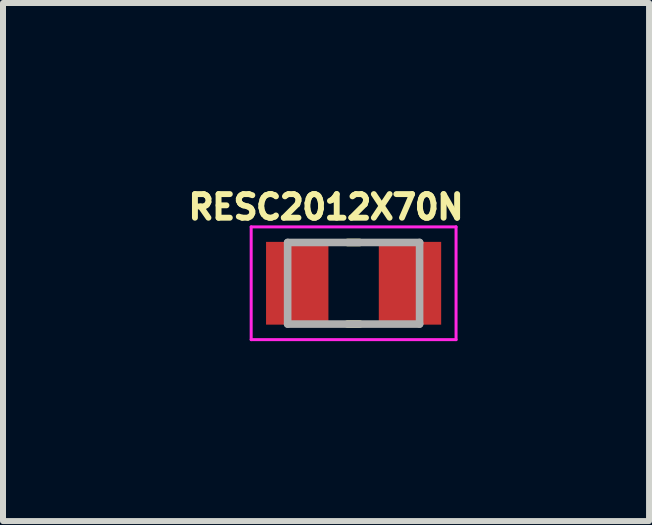
<source format=kicad_pcb>
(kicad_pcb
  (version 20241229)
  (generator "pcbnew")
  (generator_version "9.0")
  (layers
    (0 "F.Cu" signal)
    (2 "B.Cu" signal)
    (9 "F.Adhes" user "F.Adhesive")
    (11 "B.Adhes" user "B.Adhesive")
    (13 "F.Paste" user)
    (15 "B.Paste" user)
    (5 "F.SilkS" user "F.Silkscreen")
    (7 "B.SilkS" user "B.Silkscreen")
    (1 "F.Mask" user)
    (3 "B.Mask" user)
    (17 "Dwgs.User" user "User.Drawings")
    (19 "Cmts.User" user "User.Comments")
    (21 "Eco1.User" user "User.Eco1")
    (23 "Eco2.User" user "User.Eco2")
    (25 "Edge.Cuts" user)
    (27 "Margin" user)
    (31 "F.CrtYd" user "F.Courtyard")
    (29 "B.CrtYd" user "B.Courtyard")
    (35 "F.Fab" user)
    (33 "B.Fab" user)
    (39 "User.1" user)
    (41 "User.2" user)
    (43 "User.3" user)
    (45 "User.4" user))
  (footprint "RESC2012X70N"
    (layer "F.Cu")
    (at 2.846 1.673)
    (property "Reference" "RESC2012X70N" (at -0.46 -1.27 0) (layer "F.SilkS") (effects (font (size 0.394 0.394) (thickness 0.15))))
    (attr through_hole)
    (fp_line (start -0.1 -0.68) (end 0.1 -0.68) (stroke (width 0.127) (type solid)) (layer "F.SilkS"))
    (fp_line (start -0.1 0.68) (end 0.1 0.68) (stroke (width 0.127) (type solid)) (layer "F.SilkS"))
    (fp_line (start -1.708 -0.94) (end 1.708 -0.94) (stroke (width 0.05) (type solid)) (layer "F.CrtYd"))
    (fp_line (start -1.708 0.94) (end -1.708 -0.94) (stroke (width 0.05) (type solid)) (layer "F.CrtYd"))
    (fp_line (start -1.708 0.94) (end 1.708 0.94) (stroke (width 0.05) (type solid)) (layer "F.CrtYd"))
    (fp_line (start 1.708 0.94) (end 1.708 -0.94) (stroke (width 0.05) (type solid)) (layer "F.CrtYd"))
    (fp_line (start -1.1 0.68) (end -1.1 -0.68) (stroke (width 0.127) (type solid)) (layer "F.Fab"))
    (fp_line (start 1.1 -0.68) (end -1.1 -0.68) (stroke (width 0.127) (type solid)) (layer "F.Fab"))
    (fp_line (start 1.1 0.68) (end -1.1 0.68) (stroke (width 0.127) (type solid)) (layer "F.Fab"))
    (fp_line (start 1.1 0.68) (end 1.1 -0.68) (stroke (width 0.127) (type solid)) (layer "F.Fab"))
    (pad "1" smd rect (at -0.94 0) (size 1.04 1.38) (layers "F.Cu" "F.Mask" "F.Paste"))
    (pad "2" smd rect (at 0.94 0) (size 1.04 1.38) (layers "F.Cu" "F.Mask" "F.Paste")))
  (gr_rect
    (start -3 -3)
    (end 7.772 5.638)
    (stroke (width 0.1) (type default))
    (fill no)
    (layer "Edge.Cuts")))
</source>
